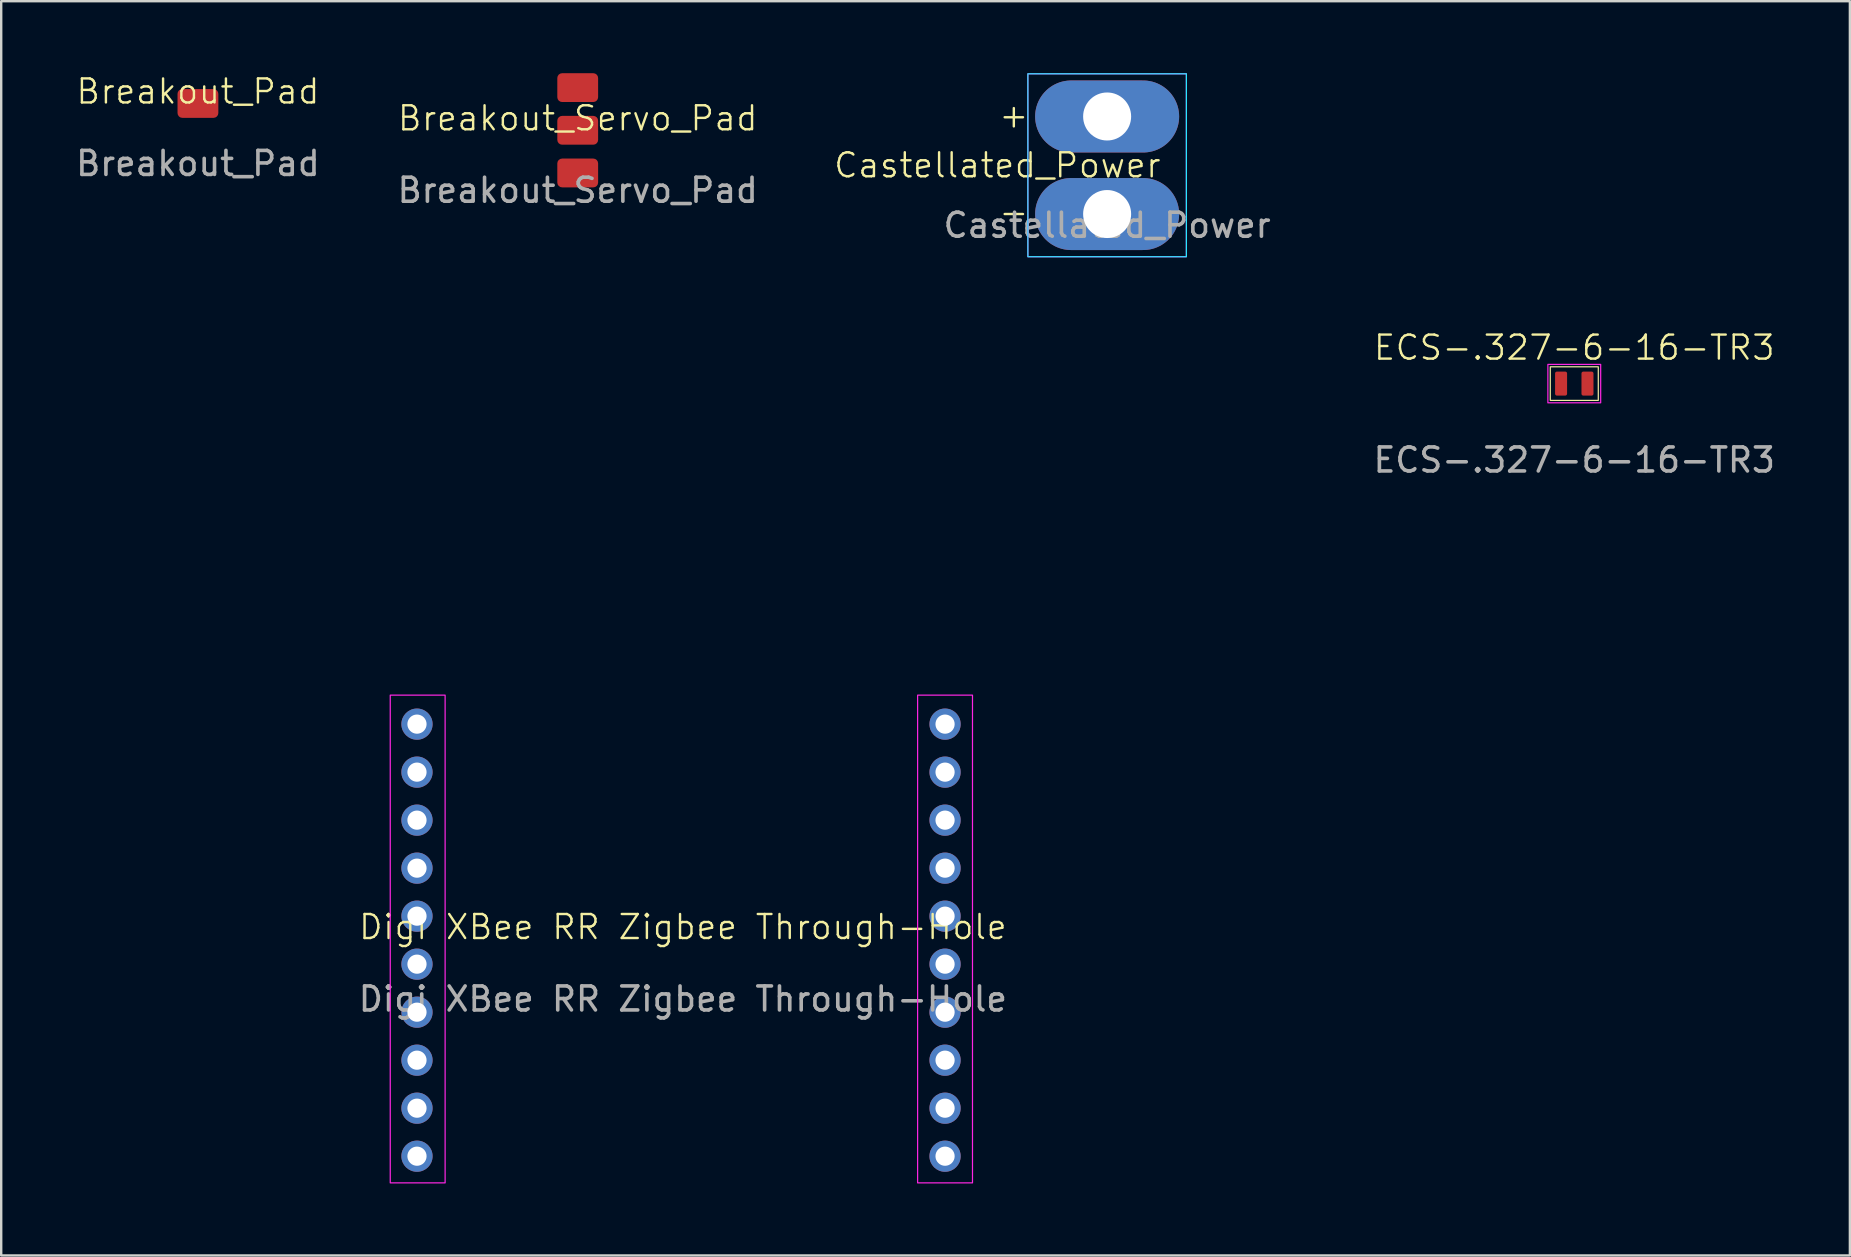
<source format=kicad_pcb>
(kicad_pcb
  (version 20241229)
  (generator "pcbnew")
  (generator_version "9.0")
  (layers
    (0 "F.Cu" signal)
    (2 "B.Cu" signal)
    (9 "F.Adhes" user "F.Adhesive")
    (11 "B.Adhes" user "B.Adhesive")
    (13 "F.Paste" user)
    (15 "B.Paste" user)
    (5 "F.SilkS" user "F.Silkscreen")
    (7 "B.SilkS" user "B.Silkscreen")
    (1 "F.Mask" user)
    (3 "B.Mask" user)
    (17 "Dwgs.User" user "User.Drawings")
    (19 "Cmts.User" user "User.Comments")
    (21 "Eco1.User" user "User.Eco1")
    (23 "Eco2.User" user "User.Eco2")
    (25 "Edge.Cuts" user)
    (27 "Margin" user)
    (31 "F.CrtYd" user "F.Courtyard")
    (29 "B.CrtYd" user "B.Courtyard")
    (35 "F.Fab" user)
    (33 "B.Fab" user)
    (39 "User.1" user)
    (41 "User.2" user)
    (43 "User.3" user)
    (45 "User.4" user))
  (footprint "Digi XBee RR Zigbee Through-Hole"
    (layer "F.Cu")
    (at 25.4 36.07)
    (property "Reference" "Digi XBee RR Zigbee Through-Hole" (at 0 -0.5 0) (unlocked yes) (layer "F.SilkS") (effects (font (size 1 1) (thickness 0.1))))
    (attr smd)
    (fp_rect (start -12.192 -10.16) (end -9.906 10.16) (stroke (width 0.05) (type default)) (fill no) (layer "F.CrtYd"))
    (fp_rect (start 9.779 -10.16) (end 12.065 10.16) (stroke (width 0.05) (type default)) (fill no) (layer "F.CrtYd"))
    (fp_text user "${REFERENCE}" (at 0 2.5 0) (unlocked yes) (layer "F.Fab") (effects (font (size 1 1) (thickness 0.15))))
    (pad "1" thru_hole circle (at -11.078 -8.952) (size 1.3 1.3) (drill 0.8) (layers "*.Cu" "*.Mask"))
    (pad "2" thru_hole circle (at -11.078 -6.952) (size 1.3 1.3) (drill 0.8) (layers "*.Cu" "*.Mask"))
    (pad "3" thru_hole circle (at -11.078 -4.952) (size 1.3 1.3) (drill 0.8) (layers "*.Cu" "*.Mask"))
    (pad "4" thru_hole circle (at -11.078 -2.952) (size 1.3 1.3) (drill 0.8) (layers "*.Cu" "*.Mask"))
    (pad "5" thru_hole circle (at -11.078 -0.952) (size 1.3 1.3) (drill 0.8) (layers "*.Cu" "*.Mask"))
    (pad "6" thru_hole circle (at -11.078 1.048) (size 1.3 1.3) (drill 0.8) (layers "*.Cu" "*.Mask"))
    (pad "7" thru_hole circle (at -11.078 3.048) (size 1.3 1.3) (drill 0.8) (layers "*.Cu" "*.Mask"))
    (pad "8" thru_hole circle (at -11.078 5.048) (size 1.3 1.3) (drill 0.8) (layers "*.Cu" "*.Mask"))
    (pad "9" thru_hole circle (at -11.078 7.048) (size 1.3 1.3) (drill 0.8) (layers "*.Cu" "*.Mask"))
    (pad "10" thru_hole circle (at -11.078 9.048) (size 1.3 1.3) (drill 0.8) (layers "*.Cu" "*.Mask"))
    (pad "11" thru_hole circle (at 10.922 9.048) (size 1.3 1.3) (drill 0.8) (layers "*.Cu" "*.Mask"))
    (pad "12" thru_hole circle (at 10.922 7.048) (size 1.3 1.3) (drill 0.8) (layers "*.Cu" "*.Mask"))
    (pad "13" thru_hole circle (at 10.922 5.048) (size 1.3 1.3) (drill 0.8) (layers "*.Cu" "*.Mask"))
    (pad "14" thru_hole circle (at 10.922 3.048) (size 1.3 1.3) (drill 0.8) (layers "*.Cu" "*.Mask"))
    (pad "15" thru_hole circle (at 10.922 1.048) (size 1.3 1.3) (drill 0.8) (layers "*.Cu" "*.Mask"))
    (pad "16" thru_hole circle (at 10.922 -0.952) (size 1.3 1.3) (drill 0.8) (layers "*.Cu" "*.Mask"))
    (pad "17" thru_hole circle (at 10.922 -2.952) (size 1.3 1.3) (drill 0.8) (layers "*.Cu" "*.Mask"))
    (pad "18" thru_hole circle (at 10.922 -4.952) (size 1.3 1.3) (drill 0.8) (layers "*.Cu" "*.Mask"))
    (pad "19" thru_hole circle (at 10.922 -6.952) (size 1.3 1.3) (drill 0.8) (layers "*.Cu" "*.Mask"))
    (pad "20" thru_hole circle (at 10.922 -8.952) (size 1.3 1.3) (drill 0.8) (layers "*.Cu" "*.Mask"))
    (zone (net_name "") (layers "F.Cu" "B.Cu") (name "DIGI XBEE RR KEEPOUT") (hatch edge 0.5) (connect_pads) (min_thickness 0.25) (filled_areas_thickness no) (keepout (tracks not_allowed) (vias not_allowed) (pads not_allowed) (copperpour not_allowed) (footprints not_allowed)) (placement (enabled no)) (fill) (polygon (pts (xy 0 10.67) (xy 51.054 10.67) (xy 51.054 25.91) (xy 0 25.91)))))
  (footprint "Breakout_Pad"
    (layer "F.Cu")
    (at 5.196 1.26)
    (property "Reference" "Breakout_Pad" (at 0 -0.5 0) (unlocked yes) (layer "F.SilkS") (effects (font (size 1 1) (thickness 0.1))))
    (attr smd)
    (fp_text user "${REFERENCE}" (at 0 2.5 0) (unlocked yes) (layer "F.Fab") (effects (font (size 1 1) (thickness 0.15))))
    (pad "1" smd roundrect (at 0 0) (size 1.7 1.2) (layers "F.Cu" "F.Mask" "F.Paste") (roundrect_rratio 0.167)))
  (footprint "ECS-.327-6-16-TR3"
    (layer "F.Cu")
    (at 62.536 12.931)
    (property "Reference" "ECS-.327-6-16-TR3" (at 0 -1.5 0) (unlocked yes) (layer "F.SilkS") (effects (font (size 1 1) (thickness 0.1))))
    (attr smd)
    (fp_rect (start -1 -0.7) (end 1 0.7) (stroke (width 0.05) (type solid)) (fill no) (layer "F.SilkS"))
    (fp_rect (start -1.1 -0.8) (end 1.1 0.8) (stroke (width 0.05) (type solid)) (fill no) (layer "F.CrtYd"))
    (fp_text user "${REFERENCE}" (at 0 3.184 0) (unlocked yes) (layer "F.Fab") (effects (font (size 1 1) (thickness 0.15))))
    (pad "1" smd roundrect (at -0.55 0) (size 0.5 1) (layers "F.Cu" "F.Mask" "F.Paste") (roundrect_rratio 0.15))
    (pad "2" smd roundrect (at 0.55 0) (size 0.5 1) (layers "F.Cu" "F.Mask" "F.Paste") (roundrect_rratio 0.15)))
  (footprint "Castellated_Power"
    (layer "F.Cu")
    (at 43.074 3.835)
    (property "Reference" "Castellated_Power" (at -4.572 0 0) (unlocked yes) (layer "F.SilkS") (effects (font (size 1 1) (thickness 0.1))))
    (attr smd)
    (fp_rect (start -3.302 -3.81) (end 3.302 3.81) (stroke (width 0.05) (type default)) (fill no) (layer "B.CrtYd"))
    (fp_rect (start -3.302 -3.81) (end 3.302 3.81) (stroke (width 0.05) (type default)) (fill no) (layer "F.CrtYd"))
    (fp_text user "-" (at -4.572 2.54 0) (unlocked yes) (layer "F.SilkS") (effects (font (size 1 1) (thickness 0.1)) (justify left bottom)))
    (fp_text user "+" (at -4.572 -1.492 0) (unlocked yes) (layer "F.SilkS") (effects (font (size 1 1) (thickness 0.1)) (justify left bottom)))
    (fp_text user "${REFERENCE}" (at 0 2.5 0) (unlocked yes) (layer "F.Fab") (effects (font (size 1 1) (thickness 0.15))))
    (pad "1" thru_hole oval (at 0 -2.032) (size 6 3) (drill 2) (property pad_prop_castellated) (layers "*.Cu" "*.Mask"))
    (pad "2" thru_hole oval (at 0 2.032) (size 6 3) (drill 2) (property pad_prop_castellated) (layers "*.Cu" "*.Mask")))
  (footprint "Breakout_Servo_Pad"
    (layer "F.Cu")
    (at 21.018 2.378)
    (property "Reference" "Breakout_Servo_Pad" (at 0 -0.5 0) (unlocked yes) (layer "F.SilkS") (effects (font (size 1 1) (thickness 0.1))))
    (attr smd)
    (fp_text user "${REFERENCE}" (at 0 2.5 0) (unlocked yes) (layer "F.Fab") (effects (font (size 1 1) (thickness 0.15))))
    (pad "1" smd roundrect (at 0 -1.778) (size 1.7 1.2) (layers "F.Cu" "F.Mask" "F.Paste") (roundrect_rratio 0.167))
    (pad "2" smd roundrect (at 0 0) (size 1.7 1.2) (layers "F.Cu" "F.Mask" "F.Paste") (roundrect_rratio 0.167))
    (pad "3" smd roundrect (at 0 1.778) (size 1.7 1.2) (layers "F.Cu" "F.Mask" "F.Paste") (roundrect_rratio 0.167)))
  (gr_rect
    (start -3 -3)
    (end 74.018 49.255)
    (stroke (width 0.1) (type default))
    (fill no)
    (layer "Edge.Cuts")))
</source>
